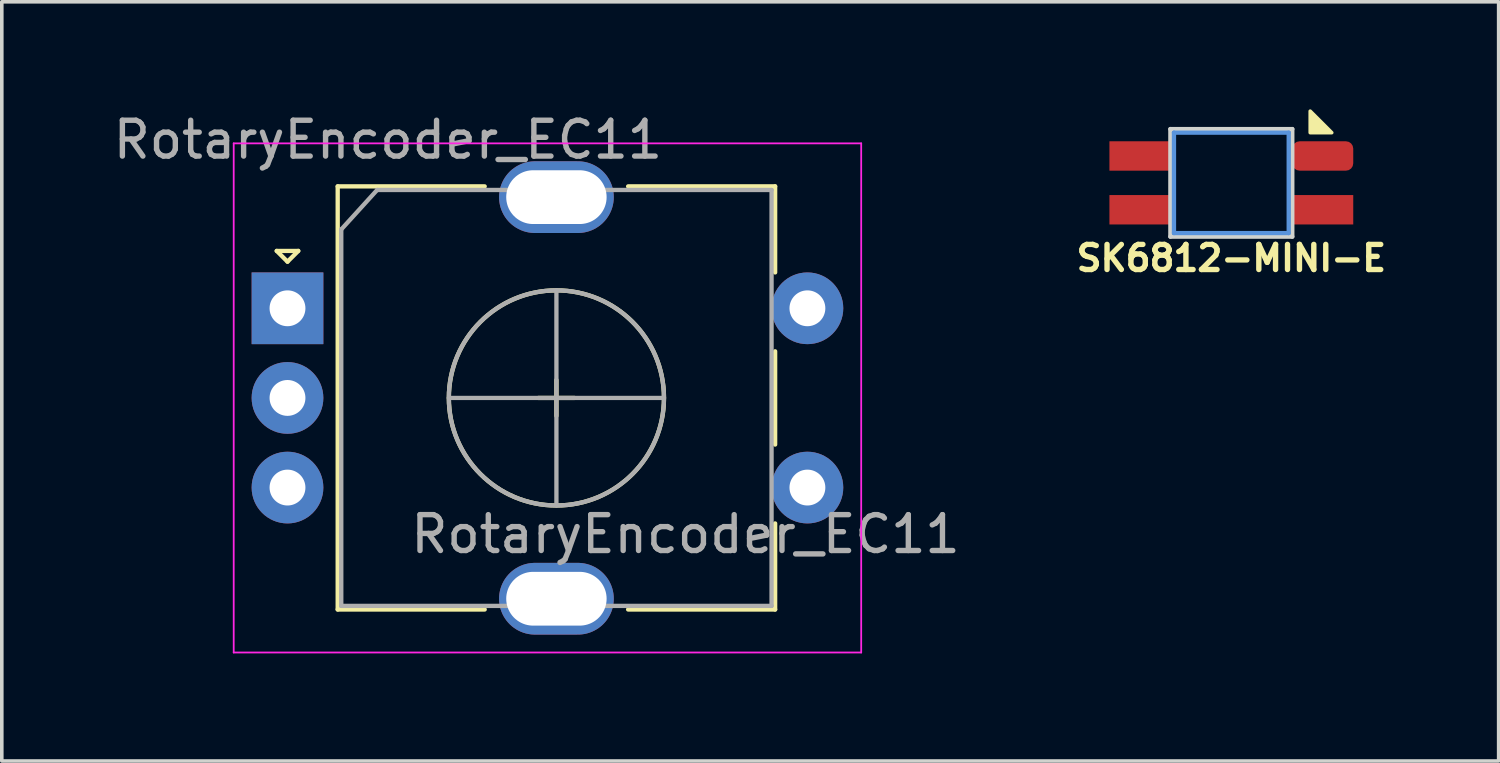
<source format=kicad_pcb>
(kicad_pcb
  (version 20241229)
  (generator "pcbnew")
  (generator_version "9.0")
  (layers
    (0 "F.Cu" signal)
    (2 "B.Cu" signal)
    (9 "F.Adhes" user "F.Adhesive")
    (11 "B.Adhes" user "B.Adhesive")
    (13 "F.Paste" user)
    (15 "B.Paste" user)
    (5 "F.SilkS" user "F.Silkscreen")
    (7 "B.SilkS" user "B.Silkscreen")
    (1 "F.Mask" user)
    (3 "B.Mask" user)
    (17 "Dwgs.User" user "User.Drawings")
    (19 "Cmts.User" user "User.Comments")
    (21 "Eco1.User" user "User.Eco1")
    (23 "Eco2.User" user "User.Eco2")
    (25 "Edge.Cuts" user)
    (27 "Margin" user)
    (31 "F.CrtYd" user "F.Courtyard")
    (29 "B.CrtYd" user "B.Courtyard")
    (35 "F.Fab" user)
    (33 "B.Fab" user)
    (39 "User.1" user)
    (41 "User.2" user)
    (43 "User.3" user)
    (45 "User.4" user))
  (footprint "RotaryEncoder_EC11"
    (layer "F.Cu")
    (at 12.468 8.048)
    (property "Reference" "RotaryEncoder_EC11" (at -4.7 -7.2 0) (layer "F.Fab") (effects (font (size 1 1) (thickness 0.15))))
    (attr through_hole)
    (fp_line (start -7.8 -4.1) (end -7.2 -4.1) (stroke (width 0.12) (type solid)) (layer "F.SilkS"))
    (fp_line (start -7.5 -3.8) (end -7.8 -4.1) (stroke (width 0.12) (type solid)) (layer "F.SilkS"))
    (fp_line (start -7.2 -4.1) (end -7.5 -3.8) (stroke (width 0.12) (type solid)) (layer "F.SilkS"))
    (fp_line (start -6.1 -5.9) (end -6.1 5.9) (stroke (width 0.12) (type solid)) (layer "F.SilkS"))
    (fp_line (start -2 -5.9) (end -6.1 -5.9) (stroke (width 0.12) (type solid)) (layer "F.SilkS"))
    (fp_line (start -2 5.9) (end -6.1 5.9) (stroke (width 0.12) (type solid)) (layer "F.SilkS"))
    (fp_line (start -0.5 0) (end 0.5 0) (stroke (width 0.12) (type solid)) (layer "F.SilkS"))
    (fp_line (start 0 -0.5) (end 0 0.5) (stroke (width 0.12) (type solid)) (layer "F.SilkS"))
    (fp_line (start 2 -5.9) (end 6.1 -5.9) (stroke (width 0.12) (type solid)) (layer "F.SilkS"))
    (fp_line (start 6.1 -5.9) (end 6.1 -3.5) (stroke (width 0.12) (type solid)) (layer "F.SilkS"))
    (fp_line (start 6.1 -1.3) (end 6.1 1.3) (stroke (width 0.12) (type solid)) (layer "F.SilkS"))
    (fp_line (start 6.1 3.5) (end 6.1 5.9) (stroke (width 0.12) (type solid)) (layer "F.SilkS"))
    (fp_line (start 6.1 5.9) (end 2 5.9) (stroke (width 0.12) (type solid)) (layer "F.SilkS"))
    (fp_circle (center 0 0) (end 3 0) (stroke (width 0.12) (type solid)) (fill no) (layer "F.SilkS"))
    (fp_line (start -9 -7.1) (end -9 7.1) (stroke (width 0.05) (type solid)) (layer "F.CrtYd"))
    (fp_line (start -9 -7.1) (end 8.5 -7.1) (stroke (width 0.05) (type solid)) (layer "F.CrtYd"))
    (fp_line (start 8.5 7.1) (end -9 7.1) (stroke (width 0.05) (type solid)) (layer "F.CrtYd"))
    (fp_line (start 8.5 7.1) (end 8.5 -7.1) (stroke (width 0.05) (type solid)) (layer "F.CrtYd"))
    (fp_line (start -6 -4.7) (end -5 -5.8) (stroke (width 0.12) (type solid)) (layer "F.Fab"))
    (fp_line (start -6 5.8) (end -6 -4.7) (stroke (width 0.12) (type solid)) (layer "F.Fab"))
    (fp_line (start -5 -5.8) (end 6 -5.8) (stroke (width 0.12) (type solid)) (layer "F.Fab"))
    (fp_line (start -3 0) (end 3 0) (stroke (width 0.12) (type solid)) (layer "F.Fab"))
    (fp_line (start 0 -3) (end 0 3) (stroke (width 0.12) (type solid)) (layer "F.Fab"))
    (fp_line (start 6 -5.8) (end 6 5.8) (stroke (width 0.12) (type solid)) (layer "F.Fab"))
    (fp_line (start 6 5.8) (end -6 5.8) (stroke (width 0.12) (type solid)) (layer "F.Fab"))
    (fp_circle (center 0 0) (end 3 0) (stroke (width 0.12) (type solid)) (fill no) (layer "F.Fab"))
    (fp_text user "${REFERENCE}" (at 3.6 3.8 0) (layer "F.Fab") (effects (font (size 1 1) (thickness 0.15))))
    (pad "" thru_hole oval (at 0 -5.6) (size 3.2 2) (drill oval 2.8 1.5) (layers "*.Cu" "*.Mask"))
    (pad "" thru_hole oval (at 0 5.6) (size 3.2 2) (drill oval 2.8 1.5) (layers "*.Cu" "*.Mask"))
    (pad "A" thru_hole rect (at -7.5 -2.5) (size 2 2) (drill 1) (layers "*.Cu" "*.Mask"))
    (pad "B" thru_hole circle (at -7.5 2.5) (size 2 2) (drill 1) (layers "*.Cu" "*.Mask"))
    (pad "C" thru_hole circle (at -7.5 0) (size 2 2) (drill 1) (layers "*.Cu" "*.Mask"))
    (pad "S1" thru_hole circle (at 7 2.5) (size 2 2) (drill 1) (layers "*.Cu" "*.Mask"))
    (pad "S2" thru_hole circle (at 7 -2.5) (size 2 2) (drill 1) (layers "*.Cu" "*.Mask")))
  (footprint "SK6812-MINI-E"
    (layer "F.Cu")
    (at 31.291 2.05)
    (property "Reference" "SK6812-MINI-E" (at 0 2.1 0) (unlocked yes) (layer "F.SilkS") (effects (font (size 0.7 0.7) (thickness 0.15))))
    (attr through_hole)
    (fp_poly (pts (xy 2.8 -1.4) (xy 2.2 -1.4) (xy 2.2 -2)) (stroke (width 0.1) (type solid)) (fill yes) (layer "F.SilkS"))
    (fp_line (start -1.6 -1.4) (end 1.6 -1.4) (stroke (width 0.12) (type solid)) (layer "Cmts.User"))
    (fp_line (start -1.6 1.4) (end -1.6 -1.4) (stroke (width 0.12) (type solid)) (layer "Cmts.User"))
    (fp_line (start 1.6 -1.4) (end 1.6 1.4) (stroke (width 0.12) (type solid)) (layer "Cmts.User"))
    (fp_line (start 1.6 1.4) (end -1.6 1.4) (stroke (width 0.12) (type solid)) (layer "Cmts.User"))
    (fp_line (start -1.7 -1.5) (end 1.7 -1.5) (stroke (width 0.12) (type solid)) (layer "Edge.Cuts"))
    (fp_line (start -1.7 1.5) (end -1.7 -1.5) (stroke (width 0.12) (type solid)) (layer "Edge.Cuts"))
    (fp_line (start 1.7 -1.5) (end 1.7 1.5) (stroke (width 0.12) (type solid)) (layer "Edge.Cuts"))
    (fp_line (start 1.7 1.5) (end -1.7 1.5) (stroke (width 0.12) (type solid)) (layer "Edge.Cuts"))
    (pad "1" smd rect (at -2.55 0.75) (size 1.7 0.82) (layers "F.Cu" "F.Mask" "F.Paste"))
    (pad "2" smd rect (at -2.55 -0.75) (size 1.7 0.82) (layers "F.Cu" "F.Mask" "F.Paste"))
    (pad "3" smd roundrect (at 2.55 -0.75) (size 1.7 0.82) (layers "F.Cu" "F.Mask" "F.Paste") (roundrect_rratio 0.25))
    (pad "4" smd rect (at 2.55 0.75) (size 1.7 0.82) (layers "F.Cu" "F.Mask" "F.Paste")))
  (gr_rect
    (start -3 -3)
    (end 38.746 18.173)
    (stroke (width 0.1) (type default))
    (fill no)
    (layer "Edge.Cuts")))
</source>
